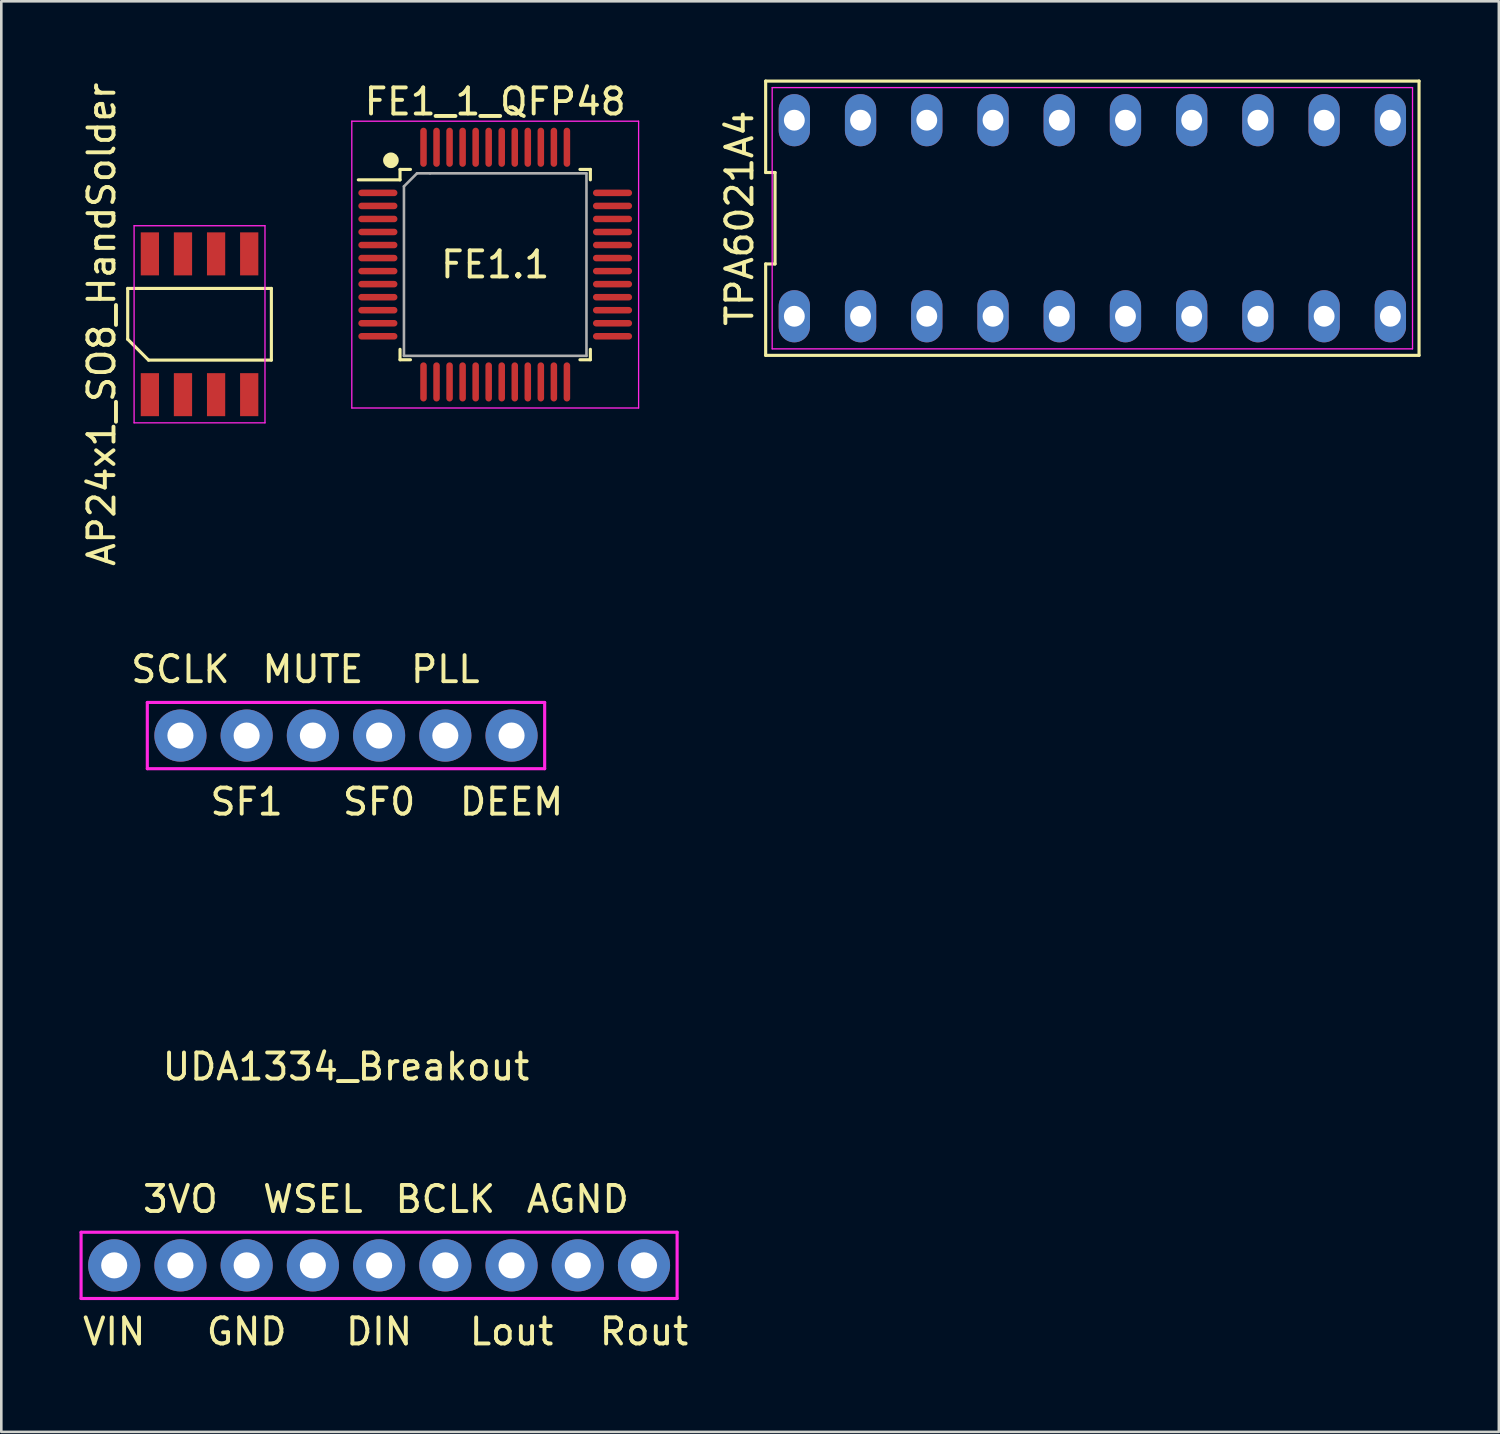
<source format=kicad_pcb>
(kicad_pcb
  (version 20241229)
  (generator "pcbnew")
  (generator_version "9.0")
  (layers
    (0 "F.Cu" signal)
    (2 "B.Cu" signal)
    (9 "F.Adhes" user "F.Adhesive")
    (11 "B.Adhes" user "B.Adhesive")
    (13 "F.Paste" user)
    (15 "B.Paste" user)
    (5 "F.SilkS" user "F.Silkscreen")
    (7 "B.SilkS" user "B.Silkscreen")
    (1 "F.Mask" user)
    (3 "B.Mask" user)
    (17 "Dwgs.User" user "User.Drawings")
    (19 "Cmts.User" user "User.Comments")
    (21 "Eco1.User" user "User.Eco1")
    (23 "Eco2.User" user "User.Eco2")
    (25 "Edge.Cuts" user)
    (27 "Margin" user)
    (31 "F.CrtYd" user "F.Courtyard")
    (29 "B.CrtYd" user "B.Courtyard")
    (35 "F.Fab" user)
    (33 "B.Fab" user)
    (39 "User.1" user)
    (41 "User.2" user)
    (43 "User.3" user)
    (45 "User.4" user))
  (footprint "TPA6021A4"
    (layer "F.Cu")
    (at 38.846 5.32)
    (property "Reference" "TPA6021A4" (at -13.53 0 90) (layer "F.SilkS") (effects (font (size 1 1) (thickness 0.15))))
    (attr through_hole)
    (fp_line (start -12.53 -5.26) (end -12.53 -1.753) (stroke (width 0.12) (type solid)) (layer "F.SilkS"))
    (fp_line (start -12.53 -1.753) (end -12.17 -1.753) (stroke (width 0.12) (type solid)) (layer "F.SilkS"))
    (fp_line (start -12.53 1.753) (end -12.53 5.26) (stroke (width 0.12) (type solid)) (layer "F.SilkS"))
    (fp_line (start -12.53 5.26) (end 12.53 5.26) (stroke (width 0.12) (type solid)) (layer "F.SilkS"))
    (fp_line (start -12.17 -1.753) (end -12.17 1.753) (stroke (width 0.12) (type solid)) (layer "F.SilkS"))
    (fp_line (start -12.17 1.753) (end -12.53 1.753) (stroke (width 0.12) (type solid)) (layer "F.SilkS"))
    (fp_line (start 12.53 -5.26) (end -12.53 -5.26) (stroke (width 0.12) (type solid)) (layer "F.SilkS"))
    (fp_line (start 12.53 5.26) (end 12.53 -5.26) (stroke (width 0.12) (type solid)) (layer "F.SilkS"))
    (fp_line (start -12.28 -5.01) (end 12.28 -5.01) (stroke (width 0.05) (type solid)) (layer "F.CrtYd"))
    (fp_line (start -12.28 5.01) (end -12.28 -5.01) (stroke (width 0.05) (type solid)) (layer "F.CrtYd"))
    (fp_line (start 12.28 -5.01) (end 12.28 5.01) (stroke (width 0.05) (type solid)) (layer "F.CrtYd"))
    (fp_line (start 12.28 5.01) (end -12.28 5.01) (stroke (width 0.05) (type solid)) (layer "F.CrtYd"))
    (pad "1" thru_hole oval (at -11.43 3.76) (size 1.2 2) (drill 0.8) (layers "*.Cu" "*.Mask"))
    (pad "2" thru_hole oval (at -8.89 3.76) (size 1.2 2) (drill 0.8) (layers "*.Cu" "*.Mask"))
    (pad "3" thru_hole oval (at -6.35 3.76) (size 1.2 2) (drill 0.8) (layers "*.Cu" "*.Mask"))
    (pad "4" thru_hole oval (at -3.81 3.76) (size 1.2 2) (drill 0.8) (layers "*.Cu" "*.Mask"))
    (pad "5" thru_hole oval (at -1.27 3.76) (size 1.2 2) (drill 0.8) (layers "*.Cu" "*.Mask"))
    (pad "6" thru_hole oval (at 1.27 3.76) (size 1.2 2) (drill 0.8) (layers "*.Cu" "*.Mask"))
    (pad "7" thru_hole oval (at 3.81 3.76) (size 1.2 2) (drill 0.8) (layers "*.Cu" "*.Mask"))
    (pad "8" thru_hole oval (at 6.35 3.76) (size 1.2 2) (drill 0.8) (layers "*.Cu" "*.Mask"))
    (pad "9" thru_hole oval (at 8.89 3.76) (size 1.2 2) (drill 0.8) (layers "*.Cu" "*.Mask"))
    (pad "10" thru_hole oval (at 11.43 3.76) (size 1.2 2) (drill 0.8) (layers "*.Cu" "*.Mask"))
    (pad "11" thru_hole oval (at 11.43 -3.76) (size 1.2 2) (drill 0.8) (layers "*.Cu" "*.Mask"))
    (pad "12" thru_hole oval (at 8.89 -3.76) (size 1.2 2) (drill 0.8) (layers "*.Cu" "*.Mask"))
    (pad "13" thru_hole oval (at 6.35 -3.76) (size 1.2 2) (drill 0.8) (layers "*.Cu" "*.Mask"))
    (pad "14" thru_hole oval (at 3.81 -3.76) (size 1.2 2) (drill 0.8) (layers "*.Cu" "*.Mask"))
    (pad "15" thru_hole oval (at 1.27 -3.76) (size 1.2 2) (drill 0.8) (layers "*.Cu" "*.Mask"))
    (pad "16" thru_hole oval (at -1.27 -3.76) (size 1.2 2) (drill 0.8) (layers "*.Cu" "*.Mask"))
    (pad "17" thru_hole oval (at -3.81 -3.76) (size 1.2 2) (drill 0.8) (layers "*.Cu" "*.Mask"))
    (pad "18" thru_hole oval (at -6.35 -3.76) (size 1.2 2) (drill 0.8) (layers "*.Cu" "*.Mask"))
    (pad "19" thru_hole oval (at -8.89 -3.76) (size 1.2 2) (drill 0.8) (layers "*.Cu" "*.Mask"))
    (pad "20" thru_hole oval (at -11.43 -3.76) (size 1.2 2) (drill 0.8) (layers "*.Cu" "*.Mask")))
  (footprint "FE1_1_QFP48"
    (layer "F.Cu")
    (at 15.943 7.098)
    (property "Reference" "FE1_1_QFP48" (at 0 -6.25 0) (layer "F.SilkS") (effects (font (size 1 1) (thickness 0.15))))
    (attr smd)
    (fp_line (start -3.65 -3.65) (end -3.65 -3.25) (stroke (width 0.12) (type solid)) (layer "F.SilkS"))
    (fp_line (start -3.65 -3.25) (end -5.25 -3.25) (stroke (width 0.12) (type solid)) (layer "F.SilkS"))
    (fp_line (start -3.65 3.65) (end -3.65 3.25) (stroke (width 0.12) (type solid)) (layer "F.SilkS"))
    (fp_line (start -3.25 -3.65) (end -3.65 -3.65) (stroke (width 0.12) (type solid)) (layer "F.SilkS"))
    (fp_line (start -3.25 3.65) (end -3.65 3.65) (stroke (width 0.12) (type solid)) (layer "F.SilkS"))
    (fp_line (start 3.25 -3.65) (end 3.65 -3.65) (stroke (width 0.12) (type solid)) (layer "F.SilkS"))
    (fp_line (start 3.25 3.65) (end 3.65 3.65) (stroke (width 0.12) (type solid)) (layer "F.SilkS"))
    (fp_line (start 3.65 -3.65) (end 3.65 -3.25) (stroke (width 0.12) (type solid)) (layer "F.SilkS"))
    (fp_line (start 3.65 3.65) (end 3.65 3.25) (stroke (width 0.12) (type solid)) (layer "F.SilkS"))
    (fp_circle (center -4 -4) (end -3.85 -4) (stroke (width 0.3) (type solid)) (fill no) (layer "F.SilkS"))
    (fp_line (start -5.5 -5.5) (end 5.5 -5.5) (stroke (width 0.05) (type solid)) (layer "F.CrtYd"))
    (fp_line (start -5.5 5.5) (end -5.5 -5.5) (stroke (width 0.05) (type solid)) (layer "F.CrtYd"))
    (fp_line (start 5.5 -5.5) (end 5.5 5.5) (stroke (width 0.05) (type solid)) (layer "F.CrtYd"))
    (fp_line (start 5.5 5.5) (end -5.5 5.5) (stroke (width 0.05) (type solid)) (layer "F.CrtYd"))
    (fp_line (start -3.5 -3) (end -3.5 3.5) (stroke (width 0.1) (type solid)) (layer "F.Fab"))
    (fp_line (start -3.5 3.5) (end 3.5 3.5) (stroke (width 0.1) (type solid)) (layer "F.Fab"))
    (fp_line (start -3 -3.5) (end -3.5 -3) (stroke (width 0.1) (type solid)) (layer "F.Fab"))
    (fp_line (start -2.5 -3.5) (end -2.5 -3.5) (stroke (width 0.1) (type solid)) (layer "F.Fab"))
    (fp_line (start 3.5 -3.5) (end -3 -3.5) (stroke (width 0.1) (type solid)) (layer "F.Fab"))
    (fp_line (start 3.5 3.5) (end 3.5 -3.5) (stroke (width 0.1) (type solid)) (layer "F.Fab"))
    (fp_text user "FE1.1" (at 0 0 0) (layer "F.SilkS") (effects (font (size 1 1) (thickness 0.15))))
    (pad "1" smd oval (at -4.5 -2.75 90) (size 0.25 1.5) (layers "F.Cu" "F.Mask" "F.Paste"))
    (pad "2" smd oval (at -4.5 -2.25 90) (size 0.25 1.5) (layers "F.Cu" "F.Mask" "F.Paste"))
    (pad "3" smd oval (at -4.5 -1.75 90) (size 0.25 1.5) (layers "F.Cu" "F.Mask" "F.Paste"))
    (pad "4" smd oval (at -4.5 -1.25 90) (size 0.25 1.5) (layers "F.Cu" "F.Mask" "F.Paste"))
    (pad "5" smd oval (at -4.5 -0.75 90) (size 0.25 1.5) (layers "F.Cu" "F.Mask" "F.Paste"))
    (pad "6" smd oval (at -4.5 -0.25 90) (size 0.25 1.5) (layers "F.Cu" "F.Mask" "F.Paste"))
    (pad "7" smd oval (at -4.5 0.25 90) (size 0.25 1.5) (layers "F.Cu" "F.Mask" "F.Paste"))
    (pad "8" smd oval (at -4.5 0.75 90) (size 0.25 1.5) (layers "F.Cu" "F.Mask" "F.Paste"))
    (pad "9" smd oval (at -4.5 1.25 90) (size 0.25 1.5) (layers "F.Cu" "F.Mask" "F.Paste"))
    (pad "10" smd oval (at -4.5 1.75 90) (size 0.25 1.5) (layers "F.Cu" "F.Mask" "F.Paste"))
    (pad "11" smd oval (at -4.5 2.25 90) (size 0.25 1.5) (layers "F.Cu" "F.Mask" "F.Paste"))
    (pad "12" smd oval (at -4.5 2.75 90) (size 0.25 1.5) (layers "F.Cu" "F.Mask" "F.Paste"))
    (pad "13" smd oval (at -2.75 4.5) (size 0.25 1.5) (layers "F.Cu" "F.Mask" "F.Paste"))
    (pad "14" smd oval (at -2.25 4.5) (size 0.25 1.5) (layers "F.Cu" "F.Mask" "F.Paste"))
    (pad "15" smd oval (at -1.75 4.5) (size 0.25 1.5) (layers "F.Cu" "F.Mask" "F.Paste"))
    (pad "16" smd oval (at -1.25 4.5) (size 0.25 1.5) (layers "F.Cu" "F.Mask" "F.Paste"))
    (pad "17" smd oval (at -0.75 4.5) (size 0.25 1.5) (layers "F.Cu" "F.Mask" "F.Paste"))
    (pad "18" smd oval (at -0.25 4.5) (size 0.25 1.5) (layers "F.Cu" "F.Mask" "F.Paste"))
    (pad "19" smd oval (at 0.25 4.5) (size 0.25 1.5) (layers "F.Cu" "F.Mask" "F.Paste"))
    (pad "20" smd oval (at 0.75 4.5) (size 0.25 1.5) (layers "F.Cu" "F.Mask" "F.Paste"))
    (pad "21" smd oval (at 1.25 4.5) (size 0.25 1.5) (layers "F.Cu" "F.Mask" "F.Paste"))
    (pad "22" smd oval (at 1.75 4.5) (size 0.25 1.5) (layers "F.Cu" "F.Mask" "F.Paste"))
    (pad "23" smd oval (at 2.25 4.5) (size 0.25 1.5) (layers "F.Cu" "F.Mask" "F.Paste"))
    (pad "24" smd oval (at 2.75 4.5) (size 0.25 1.5) (layers "F.Cu" "F.Mask" "F.Paste"))
    (pad "25" smd oval (at 4.5 2.75 90) (size 0.25 1.5) (layers "F.Cu" "F.Mask" "F.Paste"))
    (pad "26" smd oval (at 4.5 2.25 90) (size 0.25 1.5) (layers "F.Cu" "F.Mask" "F.Paste"))
    (pad "27" smd oval (at 4.5 1.75 90) (size 0.25 1.5) (layers "F.Cu" "F.Mask" "F.Paste"))
    (pad "28" smd oval (at 4.5 1.25 90) (size 0.25 1.5) (layers "F.Cu" "F.Mask" "F.Paste"))
    (pad "29" smd oval (at 4.5 0.75 90) (size 0.25 1.5) (layers "F.Cu" "F.Mask" "F.Paste"))
    (pad "30" smd oval (at 4.5 0.25 90) (size 0.25 1.5) (layers "F.Cu" "F.Mask" "F.Paste"))
    (pad "31" smd oval (at 4.5 -0.25 90) (size 0.25 1.5) (layers "F.Cu" "F.Mask" "F.Paste"))
    (pad "32" smd oval (at 4.5 -0.75 90) (size 0.25 1.5) (layers "F.Cu" "F.Mask" "F.Paste"))
    (pad "33" smd oval (at 4.5 -1.25 90) (size 0.25 1.5) (layers "F.Cu" "F.Mask" "F.Paste"))
    (pad "34" smd oval (at 4.5 -1.75 90) (size 0.25 1.5) (layers "F.Cu" "F.Mask" "F.Paste"))
    (pad "35" smd oval (at 4.5 -2.25 90) (size 0.25 1.5) (layers "F.Cu" "F.Mask" "F.Paste"))
    (pad "36" smd oval (at 4.5 -2.75 90) (size 0.25 1.5) (layers "F.Cu" "F.Mask" "F.Paste"))
    (pad "37" smd oval (at 2.75 -4.5) (size 0.25 1.5) (layers "F.Cu" "F.Mask" "F.Paste"))
    (pad "38" smd oval (at 2.25 -4.5) (size 0.25 1.5) (layers "F.Cu" "F.Mask" "F.Paste"))
    (pad "39" smd oval (at 1.75 -4.5) (size 0.25 1.5) (layers "F.Cu" "F.Mask" "F.Paste"))
    (pad "40" smd oval (at 1.25 -4.5) (size 0.25 1.5) (layers "F.Cu" "F.Mask" "F.Paste"))
    (pad "41" smd oval (at 0.75 -4.5) (size 0.25 1.5) (layers "F.Cu" "F.Mask" "F.Paste"))
    (pad "42" smd oval (at 0.25 -4.5) (size 0.25 1.5) (layers "F.Cu" "F.Mask" "F.Paste"))
    (pad "43" smd oval (at -0.25 -4.5) (size 0.25 1.5) (layers "F.Cu" "F.Mask" "F.Paste"))
    (pad "44" smd oval (at -0.75 -4.5) (size 0.25 1.5) (layers "F.Cu" "F.Mask" "F.Paste"))
    (pad "45" smd oval (at -1.25 -4.5) (size 0.25 1.5) (layers "F.Cu" "F.Mask" "F.Paste"))
    (pad "46" smd oval (at -1.75 -4.5) (size 0.25 1.5) (layers "F.Cu" "F.Mask" "F.Paste"))
    (pad "47" smd oval (at -2.25 -4.5) (size 0.25 1.5) (layers "F.Cu" "F.Mask" "F.Paste"))
    (pad "48" smd oval (at -2.75 -4.5) (size 0.25 1.5) (layers "F.Cu" "F.Mask" "F.Paste")))
  (footprint "UDA1334_Breakout"
    (layer "F.Cu")
    (at 11.49 35.322)
    (property "Reference" "UDA1334_Breakout" (at -1.27 2.54 180) (layer "F.SilkS") (effects (font (size 1 1) (thickness 0.15))))
    (attr through_hole)
    (fp_line (start -11.43 8.89) (end -11.43 11.43) (stroke (width 0.12) (type solid)) (layer "F.CrtYd"))
    (fp_line (start -11.43 11.43) (end 11.43 11.43) (stroke (width 0.12) (type solid)) (layer "F.CrtYd"))
    (fp_line (start -8.89 -11.43) (end -8.89 -8.89) (stroke (width 0.12) (type solid)) (layer "F.CrtYd"))
    (fp_line (start -8.89 -8.89) (end 6.35 -8.89) (stroke (width 0.12) (type solid)) (layer "F.CrtYd"))
    (fp_line (start 6.35 -11.43) (end -8.89 -11.43) (stroke (width 0.12) (type solid)) (layer "F.CrtYd"))
    (fp_line (start 6.35 -8.89) (end 6.35 -11.43) (stroke (width 0.12) (type solid)) (layer "F.CrtYd"))
    (fp_line (start 11.43 8.89) (end -11.43 8.89) (stroke (width 0.12) (type solid)) (layer "F.CrtYd"))
    (fp_line (start 11.43 11.43) (end 11.43 8.89) (stroke (width 0.12) (type solid)) (layer "F.CrtYd"))
    (fp_text user "GND" (at -5.08 12.7 0) (layer "F.SilkS") (effects (font (size 1 1) (thickness 0.15))))
    (fp_text user "Lout" (at 5.08 12.7 0) (layer "F.SilkS") (effects (font (size 1 1) (thickness 0.15))))
    (fp_text user "MUTE" (at -2.54 -12.7 0) (layer "F.SilkS") (effects (font (size 1 1) (thickness 0.15))))
    (fp_text user "BCLK" (at 2.54 7.62 0) (layer "F.SilkS") (effects (font (size 1 1) (thickness 0.15))))
    (fp_text user "WSEL" (at -2.54 7.62 0) (layer "F.SilkS") (effects (font (size 1 1) (thickness 0.15))))
    (fp_text user "Rout" (at 10.16 12.7 0) (layer "F.SilkS") (effects (font (size 1 1) (thickness 0.15))))
    (fp_text user "3VO" (at -7.62 7.62 0) (layer "F.SilkS") (effects (font (size 1 1) (thickness 0.15))))
    (fp_text user "DIN" (at 0 12.7 0) (layer "F.SilkS") (effects (font (size 1 1) (thickness 0.15))))
    (fp_text user "SCLK" (at -7.62 -12.7 0) (layer "F.SilkS") (effects (font (size 1 1) (thickness 0.15))))
    (fp_text user "SF0" (at 0 -7.62 0) (layer "F.SilkS") (effects (font (size 1 1) (thickness 0.15))))
    (fp_text user "VIN" (at -10.16 12.7 0) (layer "F.SilkS") (effects (font (size 1 1) (thickness 0.15))))
    (fp_text user "PLL" (at 2.54 -12.7 0) (layer "F.SilkS") (effects (font (size 1 1) (thickness 0.15))))
    (fp_text user "AGND" (at 7.62 7.62 0) (layer "F.SilkS") (effects (font (size 1 1) (thickness 0.15))))
    (fp_text user "SF1" (at -5.08 -7.62 0) (layer "F.SilkS") (effects (font (size 1 1) (thickness 0.15))))
    (fp_text user "DEEM" (at 5.08 -7.62 0) (layer "F.SilkS") (effects (font (size 1 1) (thickness 0.15))))
    (pad "1" thru_hole circle (at -10.16 10.16) (size 2 2) (drill 1) (layers "*.Cu" "*.Mask"))
    (pad "2" thru_hole circle (at -7.62 10.16) (size 2 2) (drill 1) (layers "*.Cu" "*.Mask"))
    (pad "3" thru_hole circle (at -5.08 10.16) (size 2 2) (drill 1) (layers "*.Cu" "*.Mask"))
    (pad "4" thru_hole circle (at -2.54 10.16) (size 2 2) (drill 1) (layers "*.Cu" "*.Mask"))
    (pad "5" thru_hole circle (at 0 10.16) (size 2 2) (drill 1) (layers "*.Cu" "*.Mask"))
    (pad "6" thru_hole circle (at 2.54 10.16) (size 2 2) (drill 1) (layers "*.Cu" "*.Mask"))
    (pad "7" thru_hole circle (at 5.08 10.16) (size 2 2) (drill 1) (layers "*.Cu" "*.Mask"))
    (pad "8" thru_hole circle (at 7.62 10.16) (size 2 2) (drill 1) (layers "*.Cu" "*.Mask"))
    (pad "9" thru_hole circle (at 10.16 10.16) (size 2 2) (drill 1) (layers "*.Cu" "*.Mask"))
    (pad "12" thru_hole circle (at 5.08 -10.16) (size 2 2) (drill 1) (layers "*.Cu" "*.Mask"))
    (pad "13" thru_hole circle (at 2.54 -10.16) (size 2 2) (drill 1) (layers "*.Cu" "*.Mask"))
    (pad "14" thru_hole circle (at 0 -10.16) (size 2 2) (drill 1) (layers "*.Cu" "*.Mask"))
    (pad "15" thru_hole circle (at -2.54 -10.16) (size 2 2) (drill 1) (layers "*.Cu" "*.Mask"))
    (pad "16" thru_hole circle (at -5.08 -10.16) (size 2 2) (drill 1) (layers "*.Cu" "*.Mask"))
    (pad "17" thru_hole circle (at -7.62 -10.16) (size 2 2) (drill 1) (layers "*.Cu" "*.Mask")))
  (footprint "AP24x1_SO8_HandSolder"
    (layer "F.Cu")
    (at 4.603 9.387)
    (property "Reference" "AP24x1_SO8_HandSolder" (at -3.755 0 90) (layer "F.SilkS") (effects (font (size 1 1) (thickness 0.15))))
    (attr smd)
    (fp_line (start -2.755 -1.375) (end 2.755 -1.375) (stroke (width 0.12) (type solid)) (layer "F.SilkS"))
    (fp_line (start -2.755 0.575) (end -2.755 -1.375) (stroke (width 0.12) (type solid)) (layer "F.SilkS"))
    (fp_line (start -1.955 1.375) (end -2.755 0.575) (stroke (width 0.12) (type solid)) (layer "F.SilkS"))
    (fp_line (start 2.755 -1.375) (end 2.755 1.375) (stroke (width 0.12) (type solid)) (layer "F.SilkS"))
    (fp_line (start 2.755 1.375) (end -1.955 1.375) (stroke (width 0.12) (type solid)) (layer "F.SilkS"))
    (fp_line (start -2.51 -3.78) (end 2.51 -3.78) (stroke (width 0.05) (type solid)) (layer "F.CrtYd"))
    (fp_line (start -2.51 3.78) (end -2.51 -3.78) (stroke (width 0.05) (type solid)) (layer "F.CrtYd"))
    (fp_line (start 2.51 -3.78) (end 2.51 3.78) (stroke (width 0.05) (type solid)) (layer "F.CrtYd"))
    (fp_line (start 2.51 3.78) (end -2.51 3.78) (stroke (width 0.05) (type solid)) (layer "F.CrtYd"))
    (pad "1" smd rect (at -1.905 2.7) (size 0.7 1.65) (layers "F.Cu" "F.Mask" "F.Paste"))
    (pad "2" smd rect (at -0.635 2.7) (size 0.7 1.65) (layers "F.Cu" "F.Mask" "F.Paste"))
    (pad "3" smd rect (at 0.635 2.7) (size 0.7 1.65) (layers "F.Cu" "F.Mask" "F.Paste"))
    (pad "4" smd rect (at 1.905 2.7) (size 0.7 1.65) (layers "F.Cu" "F.Mask" "F.Paste"))
    (pad "5" smd rect (at 1.905 -2.7) (size 0.7 1.65) (layers "F.Cu" "F.Mask" "F.Paste"))
    (pad "6" smd rect (at 0.635 -2.7) (size 0.7 1.65) (layers "F.Cu" "F.Mask" "F.Paste"))
    (pad "7" smd rect (at -0.635 -2.7) (size 0.7 1.65) (layers "F.Cu" "F.Mask" "F.Paste"))
    (pad "8" smd rect (at -1.905 -2.7) (size 0.7 1.65) (layers "F.Cu" "F.Mask" "F.Paste")))
  (gr_rect
    (start -3 -3)
    (end 54.437 51.87)
    (stroke (width 0.1) (type default))
    (fill no)
    (layer "Edge.Cuts")))
</source>
